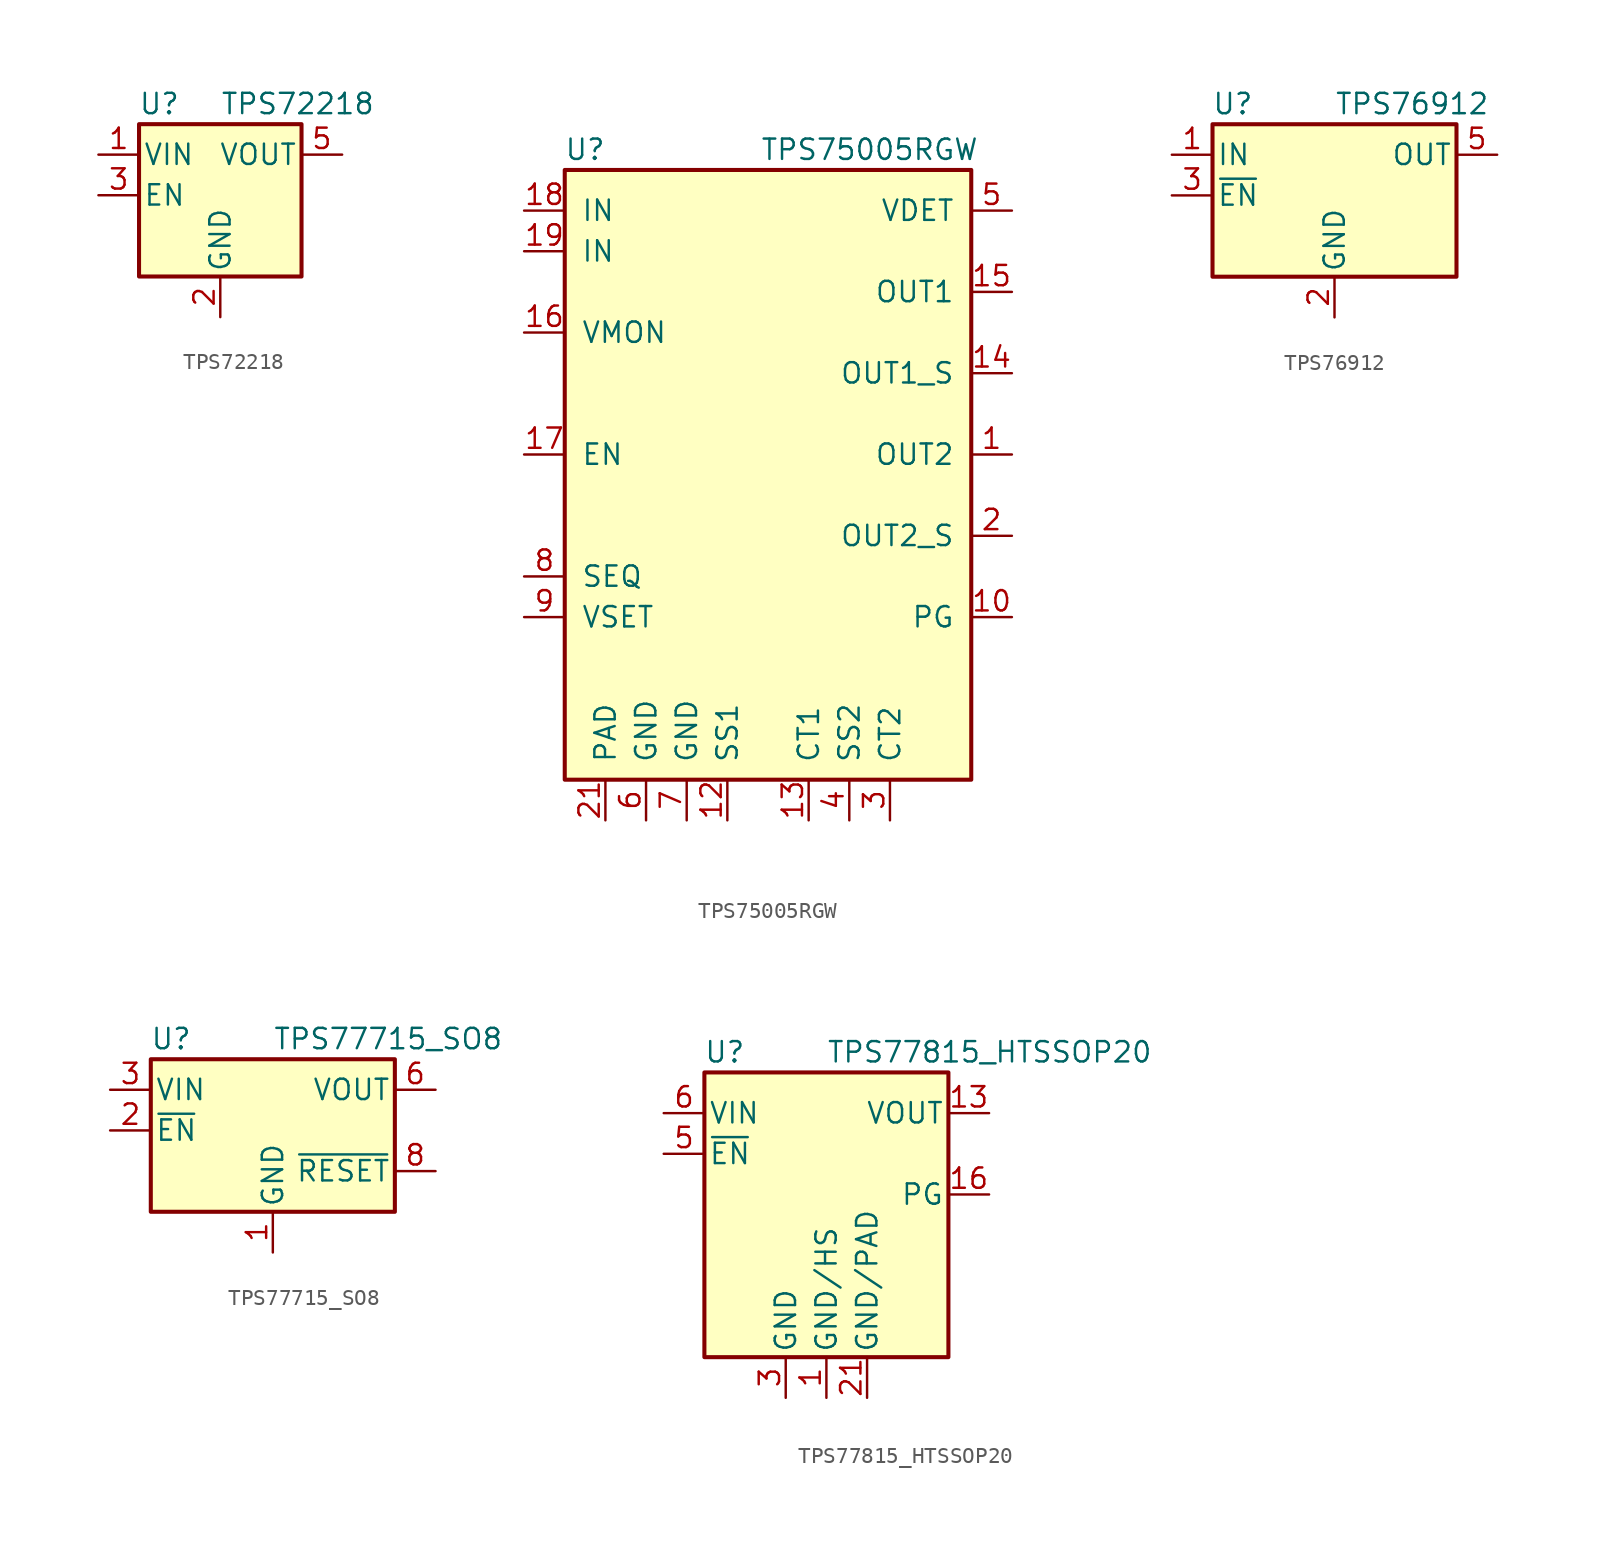
<source format=kicad_sym>
(kicad_symbol_lib
  (version 20200908)
  (generator kicad_symbol_editor)
  (symbol "Regulator_Linear:TPS72218"
    (pin_names
      (offset 0.254))
    (property "Reference" "U"
      (at -3.81 5.715 0)
      (effects (font (size 1.27 1.27))))
    (property "Value" "TPS72218"
      (at 0 5.715 0)
      (effects (font (size 1.27 1.27)) (justify left)))
    (symbol "TPS72218_0_1"
      (rectangle (start -5.08 4.445) (end 5.08 -5.08) (stroke (width 0.254)) (fill (type background))))
    (symbol "TPS72218_1_1"
      (pin power_in line (at -7.62 2.54 0) (length 2.54) (name "VIN" (effects (font (size 1.27 1.27)))) (number "1" (effects (font (size 1.27 1.27)))))
      (pin power_in line (at 0 -7.62 90) (length 2.54) (name "GND" (effects (font (size 1.27 1.27)))) (number "2" (effects (font (size 1.27 1.27)))))
      (pin input line (at -7.62 0 0) (length 2.54) (name "EN" (effects (font (size 1.27 1.27)))) (number "3" (effects (font (size 1.27 1.27)))))
      (pin unconnected line (at 2.54 0 180) (length 2.54) hide (name "NC" (effects (font (size 1.27 1.27)))) (number "4" (effects (font (size 1.27 1.27)))))
      (pin power_out line (at 7.62 2.54 180) (length 2.54) (name "VOUT" (effects (font (size 1.27 1.27)))) (number "5" (effects (font (size 1.27 1.27)))))))
  (symbol "Regulator_Linear:TPS75005RGW"
    (pin_names
      (offset 1.016))
    (property "Reference" "U"
      (at -11.43 19.05 0)
      (effects (font (size 1.27 1.27))))
    (property "Value" "TPS75005RGW"
      (at 6.35 19.05 0)
      (effects (font (size 1.27 1.27))))
    (symbol "TPS75005RGW_0_1"
      (rectangle (start -12.7 17.78) (end 12.7 -20.32) (stroke (width 0.254)) (fill (type background))))
    (symbol "TPS75005RGW_1_1"
      (pin power_out line (at 15.24 0 180) (length 2.54) (name "OUT2" (effects (font (size 1.27 1.27)))) (number "1" (effects (font (size 1.27 1.27)))))
      (pin output line (at 15.24 -10.16 180) (length 2.54) (name "PG" (effects (font (size 1.27 1.27)))) (number "10" (effects (font (size 1.27 1.27)))))
      (pin unconnected line (at -15.24 -5.08 0) (length 2.54) hide (name "TEST" (effects (font (size 1.27 1.27)))) (number "11" (effects (font (size 1.27 1.27)))))
      (pin input line (at -2.54 -22.86 90) (length 2.54) (name "SS1" (effects (font (size 1.27 1.27)))) (number "12" (effects (font (size 1.27 1.27)))))
      (pin passive line (at 2.54 -22.86 90) (length 2.54) (name "CT1" (effects (font (size 1.27 1.27)))) (number "13" (effects (font (size 1.27 1.27)))))
      (pin input line (at 15.24 5.08 180) (length 2.54) (name "OUT1_S" (effects (font (size 1.27 1.27)))) (number "14" (effects (font (size 1.27 1.27)))))
      (pin power_out line (at 15.24 10.16 180) (length 2.54) (name "OUT1" (effects (font (size 1.27 1.27)))) (number "15" (effects (font (size 1.27 1.27)))))
      (pin input line (at -15.24 7.62 0) (length 2.54) (name "VMON" (effects (font (size 1.27 1.27)))) (number "16" (effects (font (size 1.27 1.27)))))
      (pin input line (at -15.24 0 0) (length 2.54) (name "EN" (effects (font (size 1.27 1.27)))) (number "17" (effects (font (size 1.27 1.27)))))
      (pin power_in line (at -15.24 15.24 0) (length 2.54) (name "IN" (effects (font (size 1.27 1.27)))) (number "18" (effects (font (size 1.27 1.27)))))
      (pin power_in line (at -15.24 12.7 0) (length 2.54) (name "IN" (effects (font (size 1.27 1.27)))) (number "19" (effects (font (size 1.27 1.27)))))
      (pin input line (at 15.24 -5.08 180) (length 2.54) (name "OUT2_S" (effects (font (size 1.27 1.27)))) (number "2" (effects (font (size 1.27 1.27)))))
      (pin unconnected line (at -15.24 -2.54 0) (length 2.54) hide (name "NC" (effects (font (size 1.27 1.27)))) (number "20" (effects (font (size 1.27 1.27)))))
      (pin power_in line (at -10.16 -22.86 90) (length 2.54) (name "PAD" (effects (font (size 1.27 1.27)))) (number "21" (effects (font (size 1.27 1.27)))))
      (pin passive line (at 7.62 -22.86 90) (length 2.54) (name "CT2" (effects (font (size 1.27 1.27)))) (number "3" (effects (font (size 1.27 1.27)))))
      (pin input line (at 5.08 -22.86 90) (length 2.54) (name "SS2" (effects (font (size 1.27 1.27)))) (number "4" (effects (font (size 1.27 1.27)))))
      (pin output line (at 15.24 15.24 180) (length 2.54) (name "VDET" (effects (font (size 1.27 1.27)))) (number "5" (effects (font (size 1.27 1.27)))))
      (pin power_in line (at -7.62 -22.86 90) (length 2.54) (name "GND" (effects (font (size 1.27 1.27)))) (number "6" (effects (font (size 1.27 1.27)))))
      (pin power_in line (at -5.08 -22.86 90) (length 2.54) (name "GND" (effects (font (size 1.27 1.27)))) (number "7" (effects (font (size 1.27 1.27)))))
      (pin input line (at -15.24 -7.62 0) (length 2.54) (name "SEQ" (effects (font (size 1.27 1.27)))) (number "8" (effects (font (size 1.27 1.27)))))
      (pin input line (at -15.24 -10.16 0) (length 2.54) (name "VSET" (effects (font (size 1.27 1.27)))) (number "9" (effects (font (size 1.27 1.27)))))))
  (symbol "Regulator_Linear:TPS76912"
    (pin_names
      (offset 0.254))
    (property "Reference" "U"
      (at -6.35 5.715 0)
      (effects (font (size 1.27 1.27))))
    (property "Value" "TPS76912"
      (at 0 5.715 0)
      (effects (font (size 1.27 1.27)) (justify left)))
    (symbol "TPS76912_0_1"
      (rectangle (start -7.62 4.445) (end 7.62 -5.08) (stroke (width 0.254)) (fill (type background))))
    (symbol "TPS76912_1_1"
      (pin power_in line (at -10.16 2.54 0) (length 2.54) (name "IN" (effects (font (size 1.27 1.27)))) (number "1" (effects (font (size 1.27 1.27)))))
      (pin power_in line (at 0 -7.62 90) (length 2.54) (name "GND" (effects (font (size 1.27 1.27)))) (number "2" (effects (font (size 1.27 1.27)))))
      (pin input line (at -10.16 0 0) (length 2.54) (name "~EN~" (effects (font (size 1.27 1.27)))) (number "3" (effects (font (size 1.27 1.27)))))
      (pin unconnected line (at 10.16 0 180) (length 2.54) hide (name "NC" (effects (font (size 1.27 1.27)))) (number "4" (effects (font (size 1.27 1.27)))))
      (pin power_out line (at 10.16 2.54 180) (length 2.54) (name "OUT" (effects (font (size 1.27 1.27)))) (number "5" (effects (font (size 1.27 1.27)))))))
  (symbol "Regulator_Linear:TPS77715_SO8"
    (pin_names
      (offset 0.254))
    (property "Reference" "U"
      (at -6.35 5.715 0)
      (effects (font (size 1.27 1.27))))
    (property "Value" "TPS77715_SO8"
      (at 0 5.715 0)
      (effects (font (size 1.27 1.27)) (justify left)))
    (symbol "TPS77715_SO8_0_1"
      (rectangle (start -7.62 4.445) (end 7.62 -5.08) (stroke (width 0.254)) (fill (type background))))
    (symbol "TPS77715_SO8_1_1"
      (pin power_in line (at 0 -7.62 90) (length 2.54) (name "GND" (effects (font (size 1.27 1.27)))) (number "1" (effects (font (size 1.27 1.27)))))
      (pin input line (at -10.16 0 0) (length 2.54) (name "~EN~" (effects (font (size 1.27 1.27)))) (number "2" (effects (font (size 1.27 1.27)))))
      (pin power_in line (at -10.16 2.54 0) (length 2.54) (name "VIN" (effects (font (size 1.27 1.27)))) (number "3" (effects (font (size 1.27 1.27)))))
      (pin passive line (at -10.16 2.54 0) (length 2.54) hide (name "VIN" (effects (font (size 1.27 1.27)))) (number "4" (effects (font (size 1.27 1.27)))))
      (pin passive line (at 10.16 2.54 180) (length 2.54) hide (name "VOUT" (effects (font (size 1.27 1.27)))) (number "5" (effects (font (size 1.27 1.27)))))
      (pin power_out line (at 10.16 2.54 180) (length 2.54) (name "VOUT" (effects (font (size 1.27 1.27)))) (number "6" (effects (font (size 1.27 1.27)))))
      (pin unconnected line (at 10.16 0 180) (length 2.54) hide (name "NC" (effects (font (size 1.27 1.27)))) (number "7" (effects (font (size 1.27 1.27)))))
      (pin open_collector line (at 10.16 -2.54 180) (length 2.54) (name "~RESET~" (effects (font (size 1.27 1.27)))) (number "8" (effects (font (size 1.27 1.27)))))))
  (symbol "Regulator_Linear:TPS77815_HTSSOP20"
    (pin_names
      (offset 0.254))
    (property "Reference" "U"
      (at -6.35 8.89 0)
      (effects (font (size 1.27 1.27))))
    (property "Value" "TPS77815_HTSSOP20"
      (at 0 8.89 0)
      (effects (font (size 1.27 1.27)) (justify left)))
    (symbol "TPS77815_HTSSOP20_0_1"
      (rectangle (start -7.62 7.62) (end 7.62 -10.16) (stroke (width 0.254)) (fill (type background))))
    (symbol "TPS77815_HTSSOP20_1_1"
      (pin power_in line (at 0 -12.7 90) (length 2.54) (name "GND/HS" (effects (font (size 1.27 1.27)))) (number "1" (effects (font (size 1.27 1.27)))))
      (pin passive line (at 0 -12.7 90) (length 2.54) hide (name "GND/HS" (effects (font (size 1.27 1.27)))) (number "10" (effects (font (size 1.27 1.27)))))
      (pin passive line (at 0 -12.7 90) (length 2.54) hide (name "GND/HS" (effects (font (size 1.27 1.27)))) (number "11" (effects (font (size 1.27 1.27)))))
      (pin passive line (at 0 -12.7 90) (length 2.54) hide (name "GND/HS" (effects (font (size 1.27 1.27)))) (number "12" (effects (font (size 1.27 1.27)))))
      (pin power_out line (at 10.16 5.08 180) (length 2.54) (name "VOUT" (effects (font (size 1.27 1.27)))) (number "13" (effects (font (size 1.27 1.27)))))
      (pin passive line (at 10.16 5.08 180) (length 2.54) hide (name "VOUT" (effects (font (size 1.27 1.27)))) (number "14" (effects (font (size 1.27 1.27)))))
      (pin unconnected line (at 10.16 2.54 180) (length 2.54) hide (name "NC" (effects (font (size 1.27 1.27)))) (number "15" (effects (font (size 1.27 1.27)))))
      (pin open_collector line (at 10.16 0 180) (length 2.54) (name "PG" (effects (font (size 1.27 1.27)))) (number "16" (effects (font (size 1.27 1.27)))))
      (pin unconnected line (at 10.16 -2.54 180) (length 2.54) hide (name "NC" (effects (font (size 1.27 1.27)))) (number "17" (effects (font (size 1.27 1.27)))))
      (pin unconnected line (at 10.16 -5.08 180) (length 2.54) hide (name "NC" (effects (font (size 1.27 1.27)))) (number "18" (effects (font (size 1.27 1.27)))))
      (pin passive line (at 0 -12.7 90) (length 2.54) hide (name "GND/HS" (effects (font (size 1.27 1.27)))) (number "19" (effects (font (size 1.27 1.27)))))
      (pin passive line (at 0 -12.7 90) (length 2.54) hide (name "GND/HS" (effects (font (size 1.27 1.27)))) (number "2" (effects (font (size 1.27 1.27)))))
      (pin passive line (at 0 -12.7 90) (length 2.54) hide (name "GND/HS" (effects (font (size 1.27 1.27)))) (number "20" (effects (font (size 1.27 1.27)))))
      (pin power_in line (at 2.54 -12.7 90) (length 2.54) (name "GND/PAD" (effects (font (size 1.27 1.27)))) (number "21" (effects (font (size 1.27 1.27)))))
      (pin power_in line (at -2.54 -12.7 90) (length 2.54) (name "GND" (effects (font (size 1.27 1.27)))) (number "3" (effects (font (size 1.27 1.27)))))
      (pin unconnected line (at -10.16 0 0) (length 2.54) hide (name "NC" (effects (font (size 1.27 1.27)))) (number "4" (effects (font (size 1.27 1.27)))))
      (pin input line (at -10.16 2.54 0) (length 2.54) (name "~EN~" (effects (font (size 1.27 1.27)))) (number "5" (effects (font (size 1.27 1.27)))))
      (pin power_in line (at -10.16 5.08 0) (length 2.54) (name "VIN" (effects (font (size 1.27 1.27)))) (number "6" (effects (font (size 1.27 1.27)))))
      (pin passive line (at -10.16 5.08 0) (length 2.54) hide (name "VIN" (effects (font (size 1.27 1.27)))) (number "7" (effects (font (size 1.27 1.27)))))
      (pin unconnected line (at -10.16 -2.54 0) (length 2.54) hide (name "NC" (effects (font (size 1.27 1.27)))) (number "8" (effects (font (size 1.27 1.27)))))
      (pin passive line (at 0 -12.7 90) (length 2.54) hide (name "GND/HS" (effects (font (size 1.27 1.27)))) (number "9" (effects (font (size 1.27 1.27))))))))
</source>
